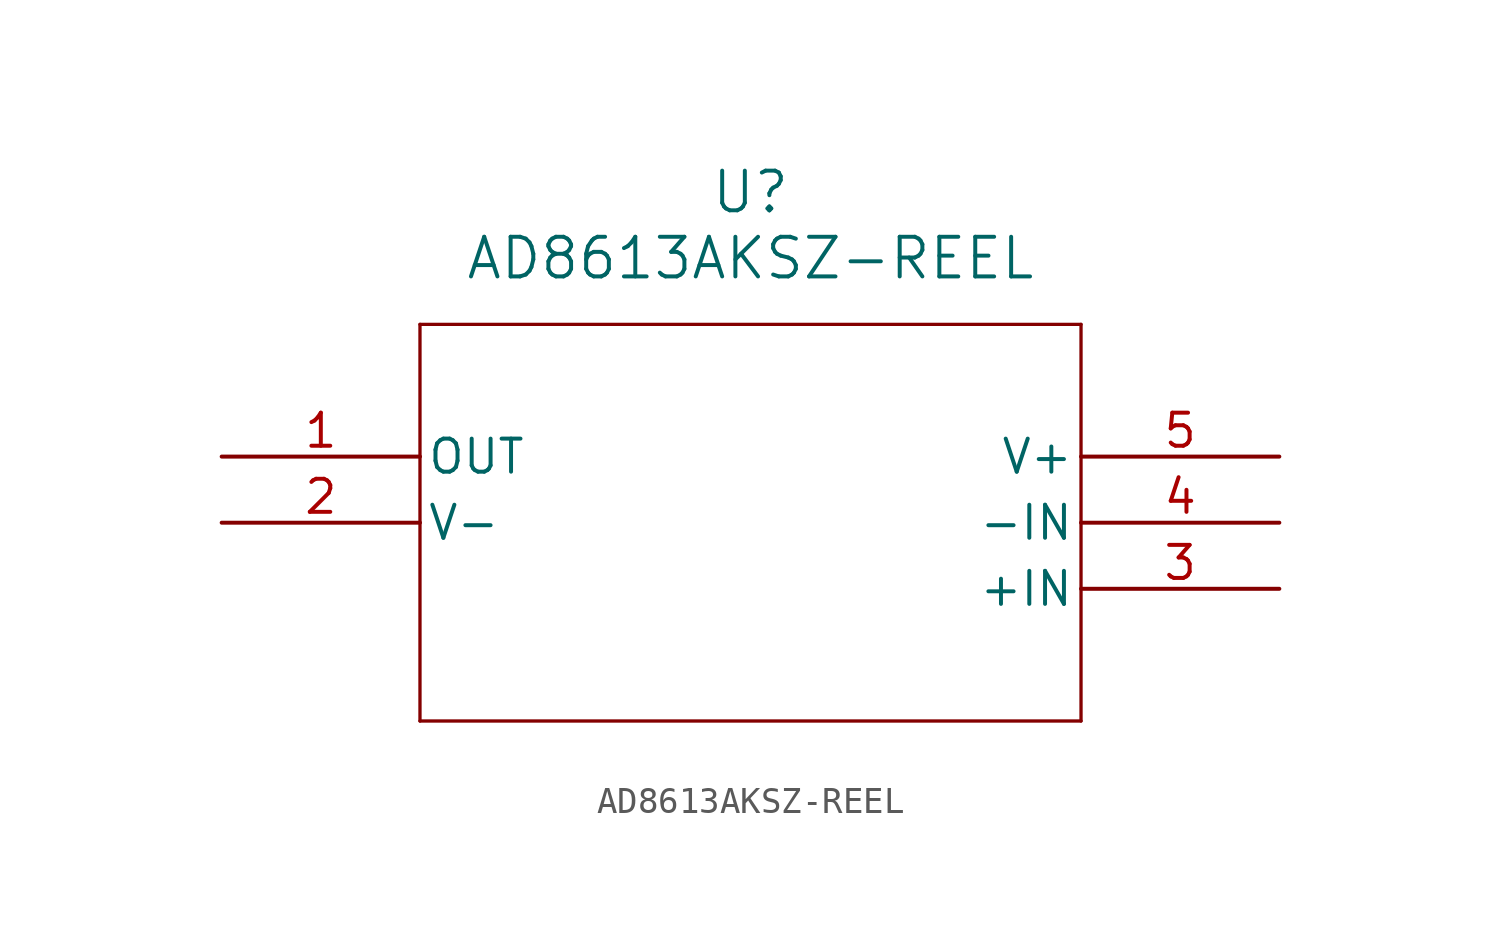
<source format=kicad_sym>
(kicad_symbol_lib
  (version 20211014)
  (generator kicad_symbol_editor)
  (symbol "AD8613AKSZ-REEL"
    (pin_names
      (offset 0.254))
    (property "Reference" "U"
      (at 20.32 10.16 0)
      (effects (font (size 1.524 1.524))))
    (property "Value" "AD8613AKSZ-REEL"
      (at 20.32 7.62 0)
      (effects (font (size 1.524 1.524))))
    (symbol "AD8613AKSZ-REEL_0_1"
      (polyline (pts (xy 7.62 5.08) (xy 7.62 -10.16)) (stroke (width 0.127) (type default) (color 0 0 0 0)) (fill (type none)))
      (polyline (pts (xy 7.62 -10.16) (xy 33.02 -10.16)) (stroke (width 0.127) (type default) (color 0 0 0 0)) (fill (type none)))
      (polyline (pts (xy 33.02 -10.16) (xy 33.02 5.08)) (stroke (width 0.127) (type default) (color 0 0 0 0)) (fill (type none)))
      (polyline (pts (xy 33.02 5.08) (xy 7.62 5.08)) (stroke (width 0.127) (type default) (color 0 0 0 0)) (fill (type none)))
      (pin output line (at 0 0 0) (length 7.62) (name "OUT" (effects (font (size 1.27 1.27)))) (number "1" (effects (font (size 1.27 1.27)))))
      (pin power_in line (at 0 -2.54 0) (length 7.62) (name "V-" (effects (font (size 1.27 1.27)))) (number "2" (effects (font (size 1.27 1.27)))))
      (pin input line (at 40.64 -5.08 180) (length 7.62) (name "+IN" (effects (font (size 1.27 1.27)))) (number "3" (effects (font (size 1.27 1.27)))))
      (pin input line (at 40.64 -2.54 180) (length 7.62) (name "-IN" (effects (font (size 1.27 1.27)))) (number "4" (effects (font (size 1.27 1.27)))))
      (pin power_in line (at 40.64 0 180) (length 7.62) (name "V+" (effects (font (size 1.27 1.27)))) (number "5" (effects (font (size 1.27 1.27))))))))
</source>
